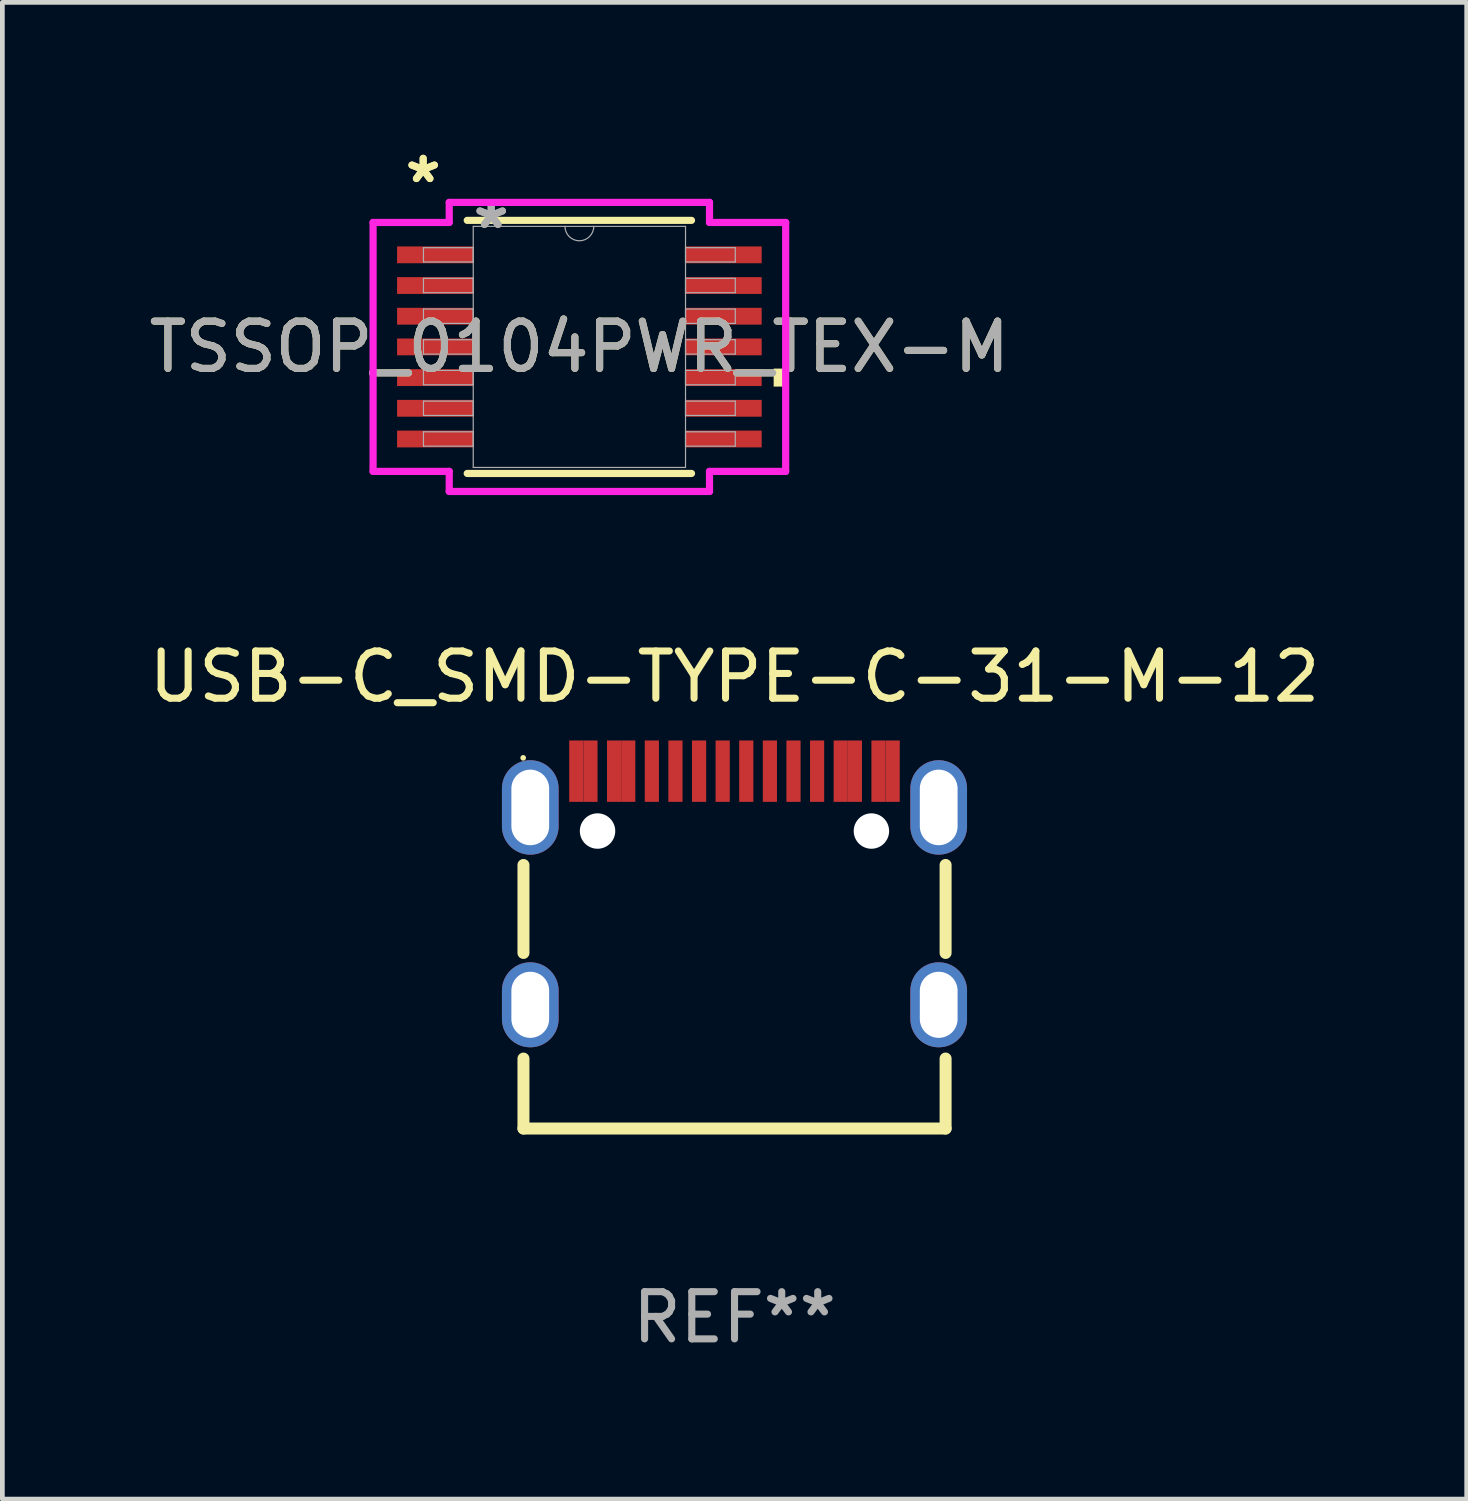
<source format=kicad_pcb>
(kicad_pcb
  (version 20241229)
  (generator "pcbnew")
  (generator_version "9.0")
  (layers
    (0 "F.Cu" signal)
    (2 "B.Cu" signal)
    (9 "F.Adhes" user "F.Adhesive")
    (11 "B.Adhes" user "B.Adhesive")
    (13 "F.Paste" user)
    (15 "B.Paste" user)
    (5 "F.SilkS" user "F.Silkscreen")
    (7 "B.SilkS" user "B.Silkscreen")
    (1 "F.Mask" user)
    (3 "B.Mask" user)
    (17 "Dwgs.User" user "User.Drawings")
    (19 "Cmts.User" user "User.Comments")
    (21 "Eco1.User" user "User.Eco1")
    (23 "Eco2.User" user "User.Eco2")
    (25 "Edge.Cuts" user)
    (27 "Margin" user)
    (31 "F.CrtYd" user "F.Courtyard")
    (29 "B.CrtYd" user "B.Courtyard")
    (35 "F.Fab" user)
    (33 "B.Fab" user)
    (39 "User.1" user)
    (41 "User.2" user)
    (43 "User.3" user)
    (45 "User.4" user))
  (footprint "USB-C_SMD-TYPE-C-31-M-12"
    (layer "F.Cu")
    (at 12.505 15.756)
    (property "Reference" "USB-C_SMD-TYPE-C-31-M-12" (at 0.001 -4.474 0) (layer "F.SilkS") (effects (font (size 1 1) (thickness 0.15))))
    (attr through_hole)
    (fp_line (start -4.469 1.376) (end -4.469 -0.487) (stroke (width 0.254) (type solid)) (layer "F.SilkS"))
    (fp_line (start -4.469 5.094) (end -4.469 3.613) (stroke (width 0.254) (type solid)) (layer "F.SilkS"))
    (fp_line (start 4.471 1.376) (end 4.471 -0.488) (stroke (width 0.254) (type solid)) (layer "F.SilkS"))
    (fp_line (start 4.471 5.094) (end -4.469 5.094) (stroke (width 0.254) (type solid)) (layer "F.SilkS"))
    (fp_line (start 4.471 5.094) (end 4.471 3.612) (stroke (width 0.254) (type solid)) (layer "F.SilkS"))
    (fp_circle (center -4.475 -2.756) (end -4.445 -2.756) (stroke (width 0.06) (type solid)) (fill no) (layer "F.SilkS"))
    (fp_circle (center -2.9 -1.206) (end -2.775 -1.206) (stroke (width 0.25) (type solid)) (fill no) (layer "F.Fab"))
    (fp_circle (center 2.9 -1.206) (end 3.025 -1.206) (stroke (width 0.25) (type solid)) (fill no) (layer "F.Fab"))
    (fp_text user "REF**" (at 0.001 9.094 0) (layer "F.Fab") (effects (font (size 1 1) (thickness 0.15))))
    (pad "" np_thru_hole circle (at -2.9 -1.206) (size 0.75 0.75) (drill 0.75) (layers "*.Cu" "*.Mask"))
    (pad "" np_thru_hole circle (at 2.9 -1.206) (size 0.75 0.75) (drill 0.75) (layers "*.Cu" "*.Mask"))
    (pad "0" thru_hole oval (at -4.325 -1.706) (size 1.2 2) (drill oval 0.8 1.6) (layers "*.Cu" "*.Mask"))
    (pad "1" thru_hole oval (at 4.325 -1.706) (size 1.2 2) (drill oval 0.8 1.6) (layers "*.Cu" "*.Mask"))
    (pad "2" thru_hole oval (at 4.325 2.474) (size 1.2 1.8) (drill oval 0.8 1.4) (layers "*.Cu" "*.Mask"))
    (pad "3" thru_hole oval (at -4.325 2.474) (size 1.2 1.8) (drill oval 0.8 1.4) (layers "*.Cu" "*.Mask"))
    (pad "A1" smd rect (at -3.35 -2.474) (size 0.3 1.3) (layers "F.Cu" "F.Mask" "F.Paste"))
    (pad "A4" smd rect (at -2.55 -2.474) (size 0.3 1.3) (layers "F.Cu" "F.Mask" "F.Paste"))
    (pad "A5" smd rect (at -1.25 -2.474) (size 0.3 1.3) (layers "F.Cu" "F.Mask" "F.Paste"))
    (pad "A6" smd rect (at -0.25 -2.474) (size 0.3 1.3) (layers "F.Cu" "F.Mask" "F.Paste"))
    (pad "A7" smd rect (at 0.25 -2.474) (size 0.3 1.3) (layers "F.Cu" "F.Mask" "F.Paste"))
    (pad "A8" smd rect (at 1.25 -2.474) (size 0.3 1.3) (layers "F.Cu" "F.Mask" "F.Paste"))
    (pad "A9" smd rect (at 2.55 -2.474) (size 0.3 1.3) (layers "F.Cu" "F.Mask" "F.Paste"))
    (pad "A12" smd rect (at 3.35 -2.474) (size 0.3 1.3) (layers "F.Cu" "F.Mask" "F.Paste"))
    (pad "B1" smd rect (at 3.05 -2.474) (size 0.3 1.3) (layers "F.Cu" "F.Mask" "F.Paste"))
    (pad "B4" smd rect (at 2.25 -2.474) (size 0.3 1.3) (layers "F.Cu" "F.Mask" "F.Paste"))
    (pad "B5" smd rect (at 1.75 -2.474) (size 0.3 1.3) (layers "F.Cu" "F.Mask" "F.Paste"))
    (pad "B6" smd rect (at 0.75 -2.474) (size 0.3 1.3) (layers "F.Cu" "F.Mask" "F.Paste"))
    (pad "B7" smd rect (at -0.75 -2.474) (size 0.3 1.3) (layers "F.Cu" "F.Mask" "F.Paste"))
    (pad "B8" smd rect (at -1.75 -2.474) (size 0.3 1.3) (layers "F.Cu" "F.Mask" "F.Paste"))
    (pad "B9" smd rect (at -2.25 -2.474) (size 0.3 1.3) (layers "F.Cu" "F.Mask" "F.Paste"))
    (pad "B12" smd rect (at -3.05 -2.474) (size 0.3 1.3) (layers "F.Cu" "F.Mask" "F.Paste")))
  (footprint "TSSOP_0104PWR_TEX-M"
    (layer "F.Cu")
    (at 9.22 4.297)
    (property "Reference" "TSSOP_0104PWR_TEX-M" (at 0 0 0) (unlocked yes) (layer "F.SilkS") (effects (font (size 1 1) (thickness 0.15))))
    (attr smd)
    (fp_line (start -2.375 2.68) (end 2.375 2.68) (stroke (width 0.152) (type solid)) (layer "F.SilkS"))
    (fp_line (start 2.375 -2.68) (end -2.375 -2.68) (stroke (width 0.152) (type solid)) (layer "F.SilkS"))
    (fp_poly (pts (xy 4.369 0.459) (xy 4.369 0.84) (xy 4.115 0.84) (xy 4.115 0.459)) (stroke (width 0) (type solid)) (fill yes) (layer "F.SilkS"))
    (fp_line (start -4.369 -2.636) (end -2.756 -2.636) (stroke (width 0.152) (type solid)) (layer "F.CrtYd"))
    (fp_line (start -4.369 2.636) (end -4.369 -2.636) (stroke (width 0.152) (type solid)) (layer "F.CrtYd"))
    (fp_line (start -4.369 2.636) (end -2.756 2.636) (stroke (width 0.152) (type solid)) (layer "F.CrtYd"))
    (fp_line (start -2.756 -3.061) (end 2.756 -3.061) (stroke (width 0.152) (type solid)) (layer "F.CrtYd"))
    (fp_line (start -2.756 -2.636) (end -2.756 -3.061) (stroke (width 0.152) (type solid)) (layer "F.CrtYd"))
    (fp_line (start -2.756 3.061) (end -2.756 2.636) (stroke (width 0.152) (type solid)) (layer "F.CrtYd"))
    (fp_line (start 2.756 -3.061) (end 2.756 -2.636) (stroke (width 0.152) (type solid)) (layer "F.CrtYd"))
    (fp_line (start 2.756 2.636) (end 2.756 3.061) (stroke (width 0.152) (type solid)) (layer "F.CrtYd"))
    (fp_line (start 2.756 3.061) (end -2.756 3.061) (stroke (width 0.152) (type solid)) (layer "F.CrtYd"))
    (fp_line (start 4.369 -2.636) (end 2.756 -2.636) (stroke (width 0.152) (type solid)) (layer "F.CrtYd"))
    (fp_line (start 4.369 -2.636) (end 4.369 2.636) (stroke (width 0.152) (type solid)) (layer "F.CrtYd"))
    (fp_line (start 4.369 2.636) (end 2.756 2.636) (stroke (width 0.152) (type solid)) (layer "F.CrtYd"))
    (fp_line (start -3.302 -2.102) (end -3.302 -1.798) (stroke (width 0.025) (type solid)) (layer "F.Fab"))
    (fp_line (start -3.302 -1.798) (end -2.248 -1.798) (stroke (width 0.025) (type solid)) (layer "F.Fab"))
    (fp_line (start -3.302 -1.452) (end -3.302 -1.148) (stroke (width 0.025) (type solid)) (layer "F.Fab"))
    (fp_line (start -3.302 -1.148) (end -2.248 -1.148) (stroke (width 0.025) (type solid)) (layer "F.Fab"))
    (fp_line (start -3.302 -0.802) (end -3.302 -0.498) (stroke (width 0.025) (type solid)) (layer "F.Fab"))
    (fp_line (start -3.302 -0.498) (end -2.248 -0.498) (stroke (width 0.025) (type solid)) (layer "F.Fab"))
    (fp_line (start -3.302 -0.152) (end -3.302 0.152) (stroke (width 0.025) (type solid)) (layer "F.Fab"))
    (fp_line (start -3.302 0.152) (end -2.248 0.152) (stroke (width 0.025) (type solid)) (layer "F.Fab"))
    (fp_line (start -3.302 0.498) (end -3.302 0.802) (stroke (width 0.025) (type solid)) (layer "F.Fab"))
    (fp_line (start -3.302 0.802) (end -2.248 0.802) (stroke (width 0.025) (type solid)) (layer "F.Fab"))
    (fp_line (start -3.302 1.148) (end -3.302 1.452) (stroke (width 0.025) (type solid)) (layer "F.Fab"))
    (fp_line (start -3.302 1.452) (end -2.248 1.452) (stroke (width 0.025) (type solid)) (layer "F.Fab"))
    (fp_line (start -3.302 1.798) (end -3.302 2.102) (stroke (width 0.025) (type solid)) (layer "F.Fab"))
    (fp_line (start -3.302 2.102) (end -2.248 2.102) (stroke (width 0.025) (type solid)) (layer "F.Fab"))
    (fp_line (start -2.248 -2.553) (end -2.248 2.553) (stroke (width 0.025) (type solid)) (layer "F.Fab"))
    (fp_line (start -2.248 -2.102) (end -3.302 -2.102) (stroke (width 0.025) (type solid)) (layer "F.Fab"))
    (fp_line (start -2.248 -1.798) (end -2.248 -2.102) (stroke (width 0.025) (type solid)) (layer "F.Fab"))
    (fp_line (start -2.248 -1.452) (end -3.302 -1.452) (stroke (width 0.025) (type solid)) (layer "F.Fab"))
    (fp_line (start -2.248 -1.148) (end -2.248 -1.452) (stroke (width 0.025) (type solid)) (layer "F.Fab"))
    (fp_line (start -2.248 -0.802) (end -3.302 -0.802) (stroke (width 0.025) (type solid)) (layer "F.Fab"))
    (fp_line (start -2.248 -0.498) (end -2.248 -0.802) (stroke (width 0.025) (type solid)) (layer "F.Fab"))
    (fp_line (start -2.248 -0.152) (end -3.302 -0.152) (stroke (width 0.025) (type solid)) (layer "F.Fab"))
    (fp_line (start -2.248 0.152) (end -2.248 -0.152) (stroke (width 0.025) (type solid)) (layer "F.Fab"))
    (fp_line (start -2.248 0.498) (end -3.302 0.498) (stroke (width 0.025) (type solid)) (layer "F.Fab"))
    (fp_line (start -2.248 0.802) (end -2.248 0.498) (stroke (width 0.025) (type solid)) (layer "F.Fab"))
    (fp_line (start -2.248 1.148) (end -3.302 1.148) (stroke (width 0.025) (type solid)) (layer "F.Fab"))
    (fp_line (start -2.248 1.452) (end -2.248 1.148) (stroke (width 0.025) (type solid)) (layer "F.Fab"))
    (fp_line (start -2.248 1.798) (end -3.302 1.798) (stroke (width 0.025) (type solid)) (layer "F.Fab"))
    (fp_line (start -2.248 2.102) (end -2.248 1.798) (stroke (width 0.025) (type solid)) (layer "F.Fab"))
    (fp_line (start -2.248 2.553) (end 2.248 2.553) (stroke (width 0.025) (type solid)) (layer "F.Fab"))
    (fp_line (start 2.248 -2.553) (end -2.248 -2.553) (stroke (width 0.025) (type solid)) (layer "F.Fab"))
    (fp_line (start 2.248 -2.102) (end 2.248 -1.798) (stroke (width 0.025) (type solid)) (layer "F.Fab"))
    (fp_line (start 2.248 -1.798) (end 3.302 -1.798) (stroke (width 0.025) (type solid)) (layer "F.Fab"))
    (fp_line (start 2.248 -1.452) (end 2.248 -1.148) (stroke (width 0.025) (type solid)) (layer "F.Fab"))
    (fp_line (start 2.248 -1.148) (end 3.302 -1.148) (stroke (width 0.025) (type solid)) (layer "F.Fab"))
    (fp_line (start 2.248 -0.802) (end 2.248 -0.498) (stroke (width 0.025) (type solid)) (layer "F.Fab"))
    (fp_line (start 2.248 -0.498) (end 3.302 -0.498) (stroke (width 0.025) (type solid)) (layer "F.Fab"))
    (fp_line (start 2.248 -0.152) (end 2.248 0.152) (stroke (width 0.025) (type solid)) (layer "F.Fab"))
    (fp_line (start 2.248 0.152) (end 3.302 0.152) (stroke (width 0.025) (type solid)) (layer "F.Fab"))
    (fp_line (start 2.248 0.498) (end 2.248 0.802) (stroke (width 0.025) (type solid)) (layer "F.Fab"))
    (fp_line (start 2.248 0.802) (end 3.302 0.802) (stroke (width 0.025) (type solid)) (layer "F.Fab"))
    (fp_line (start 2.248 1.148) (end 2.248 1.452) (stroke (width 0.025) (type solid)) (layer "F.Fab"))
    (fp_line (start 2.248 1.452) (end 3.302 1.452) (stroke (width 0.025) (type solid)) (layer "F.Fab"))
    (fp_line (start 2.248 1.798) (end 2.248 2.102) (stroke (width 0.025) (type solid)) (layer "F.Fab"))
    (fp_line (start 2.248 2.102) (end 3.302 2.102) (stroke (width 0.025) (type solid)) (layer "F.Fab"))
    (fp_line (start 2.248 2.553) (end 2.248 -2.553) (stroke (width 0.025) (type solid)) (layer "F.Fab"))
    (fp_line (start 3.302 -2.102) (end 2.248 -2.102) (stroke (width 0.025) (type solid)) (layer "F.Fab"))
    (fp_line (start 3.302 -1.798) (end 3.302 -2.102) (stroke (width 0.025) (type solid)) (layer "F.Fab"))
    (fp_line (start 3.302 -1.452) (end 2.248 -1.452) (stroke (width 0.025) (type solid)) (layer "F.Fab"))
    (fp_line (start 3.302 -1.148) (end 3.302 -1.452) (stroke (width 0.025) (type solid)) (layer "F.Fab"))
    (fp_line (start 3.302 -0.802) (end 2.248 -0.802) (stroke (width 0.025) (type solid)) (layer "F.Fab"))
    (fp_line (start 3.302 -0.498) (end 3.302 -0.802) (stroke (width 0.025) (type solid)) (layer "F.Fab"))
    (fp_line (start 3.302 -0.152) (end 2.248 -0.152) (stroke (width 0.025) (type solid)) (layer "F.Fab"))
    (fp_line (start 3.302 0.152) (end 3.302 -0.152) (stroke (width 0.025) (type solid)) (layer "F.Fab"))
    (fp_line (start 3.302 0.498) (end 2.248 0.498) (stroke (width 0.025) (type solid)) (layer "F.Fab"))
    (fp_line (start 3.302 0.802) (end 3.302 0.498) (stroke (width 0.025) (type solid)) (layer "F.Fab"))
    (fp_line (start 3.302 1.148) (end 2.248 1.148) (stroke (width 0.025) (type solid)) (layer "F.Fab"))
    (fp_line (start 3.302 1.452) (end 3.302 1.148) (stroke (width 0.025) (type solid)) (layer "F.Fab"))
    (fp_line (start 3.302 1.798) (end 2.248 1.798) (stroke (width 0.025) (type solid)) (layer "F.Fab"))
    (fp_line (start 3.302 2.102) (end 3.302 1.798) (stroke (width 0.025) (type solid)) (layer "F.Fab"))
    (fp_arc (start 0.3048 -2.5527) (mid 0 -2.2479) (end -0.3048 -2.5527) (stroke (width 0.0254) (type solid)) (layer "F.Fab"))
    (fp_text user "*" (at -3.308 -3.449 0) (layer "F.SilkS") (effects (font (size 1 1) (thickness 0.15))))
    (fp_text user "*" (at -3.308 -3.449 0) (unlocked yes) (layer "F.SilkS") (effects (font (size 1 1) (thickness 0.15))))
    (fp_text user "${REFERENCE}" (at 0 0 0) (unlocked yes) (layer "F.Fab") (effects (font (size 1 1) (thickness 0.15))))
    (fp_text user "*" (at -1.867 -2.477 0) (layer "F.Fab") (effects (font (size 1 1) (thickness 0.15))))
    (fp_text user "*" (at -1.867 -2.477 0) (unlocked yes) (layer "F.Fab") (effects (font (size 1 1) (thickness 0.15))))
    (pad "1" smd rect (at -3.054 -1.95) (size 1.613 0.356) (layers "F.Cu" "F.Mask" "F.Paste"))
    (pad "2" smd rect (at -3.054 -1.3) (size 1.613 0.356) (layers "F.Cu" "F.Mask" "F.Paste"))
    (pad "3" smd rect (at -3.054 -0.65) (size 1.613 0.356) (layers "F.Cu" "F.Mask" "F.Paste"))
    (pad "4" smd rect (at -3.054 0) (size 1.613 0.356) (layers "F.Cu" "F.Mask" "F.Paste"))
    (pad "5" smd rect (at -3.054 0.65) (size 1.613 0.356) (layers "F.Cu" "F.Mask" "F.Paste"))
    (pad "6" smd rect (at -3.054 1.3) (size 1.613 0.356) (layers "F.Cu" "F.Mask" "F.Paste"))
    (pad "7" smd rect (at -3.054 1.95) (size 1.613 0.356) (layers "F.Cu" "F.Mask" "F.Paste"))
    (pad "8" smd rect (at 3.054 1.95) (size 1.613 0.356) (layers "F.Cu" "F.Mask" "F.Paste"))
    (pad "9" smd rect (at 3.054 1.3) (size 1.613 0.356) (layers "F.Cu" "F.Mask" "F.Paste"))
    (pad "10" smd rect (at 3.054 0.65) (size 1.613 0.356) (layers "F.Cu" "F.Mask" "F.Paste"))
    (pad "11" smd rect (at 3.054 0) (size 1.613 0.356) (layers "F.Cu" "F.Mask" "F.Paste"))
    (pad "12" smd rect (at 3.054 -0.65) (size 1.613 0.356) (layers "F.Cu" "F.Mask" "F.Paste"))
    (pad "13" smd rect (at 3.054 -1.3) (size 1.613 0.356) (layers "F.Cu" "F.Mask" "F.Paste"))
    (pad "14" smd rect (at 3.054 -1.95) (size 1.613 0.356) (layers "F.Cu" "F.Mask" "F.Paste")))
  (gr_rect
    (start -3 -3)
    (end 28.012 28.698)
    (stroke (width 0.1) (type default))
    (fill no)
    (layer "Edge.Cuts")))
</source>
